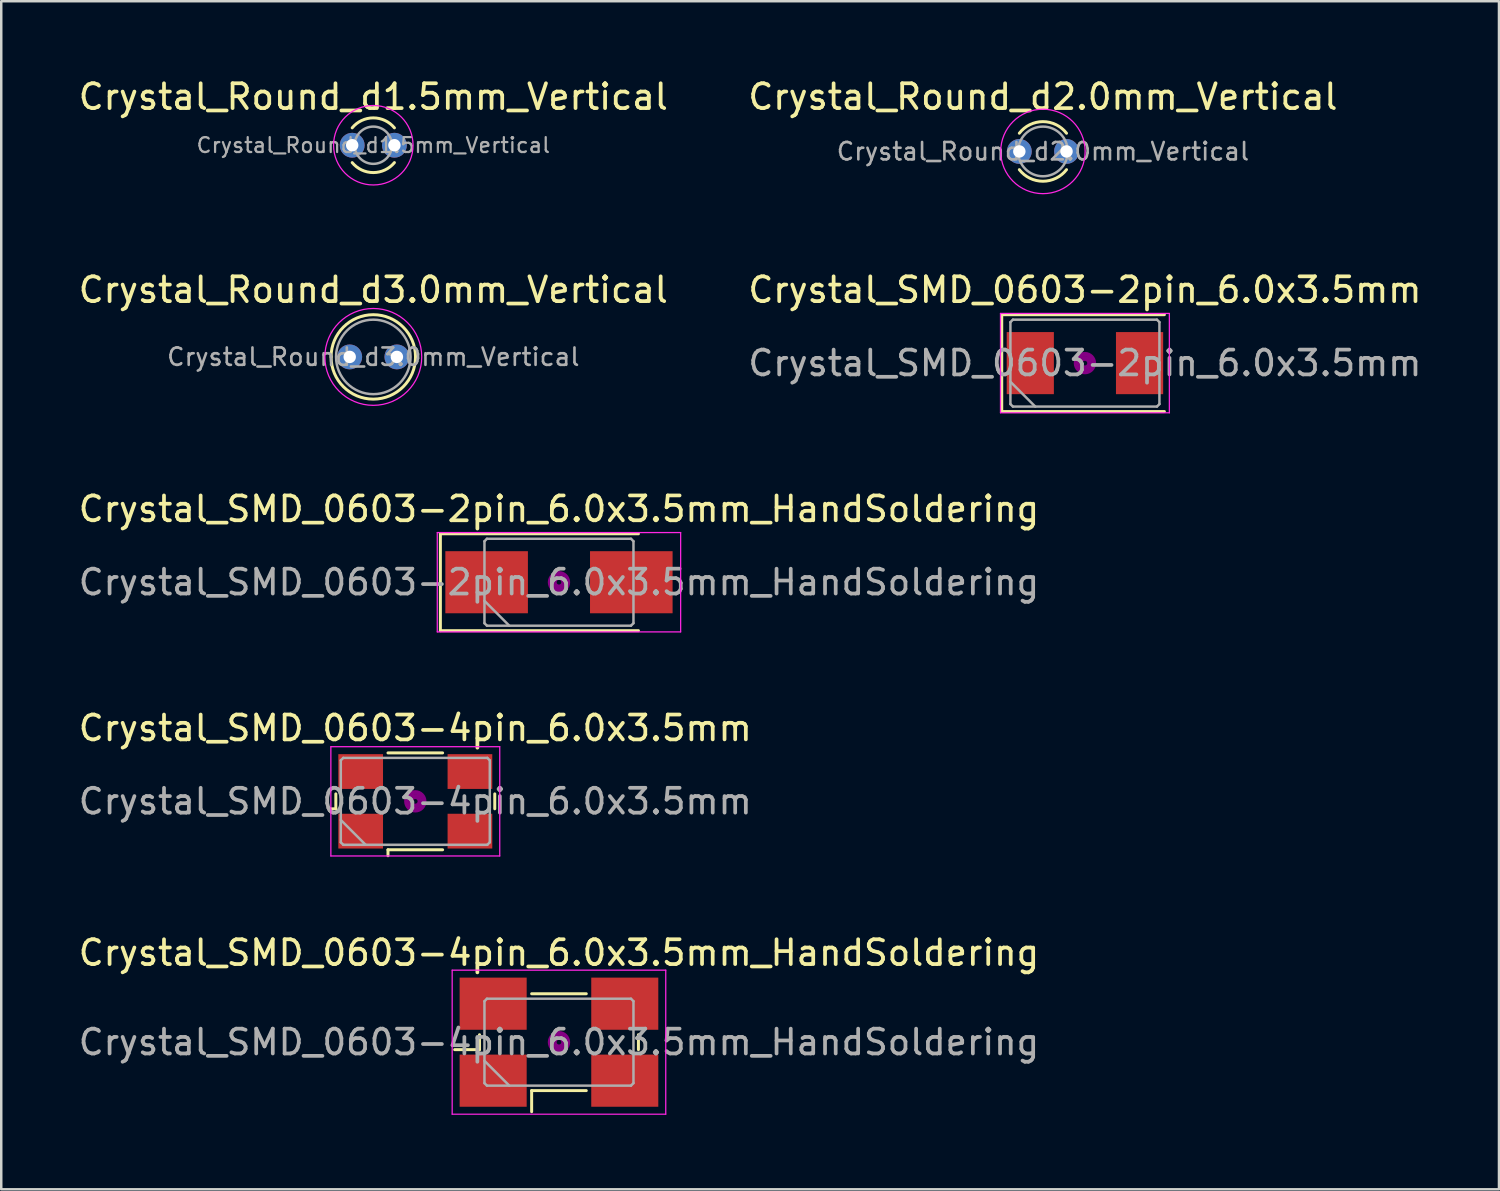
<source format=kicad_pcb>
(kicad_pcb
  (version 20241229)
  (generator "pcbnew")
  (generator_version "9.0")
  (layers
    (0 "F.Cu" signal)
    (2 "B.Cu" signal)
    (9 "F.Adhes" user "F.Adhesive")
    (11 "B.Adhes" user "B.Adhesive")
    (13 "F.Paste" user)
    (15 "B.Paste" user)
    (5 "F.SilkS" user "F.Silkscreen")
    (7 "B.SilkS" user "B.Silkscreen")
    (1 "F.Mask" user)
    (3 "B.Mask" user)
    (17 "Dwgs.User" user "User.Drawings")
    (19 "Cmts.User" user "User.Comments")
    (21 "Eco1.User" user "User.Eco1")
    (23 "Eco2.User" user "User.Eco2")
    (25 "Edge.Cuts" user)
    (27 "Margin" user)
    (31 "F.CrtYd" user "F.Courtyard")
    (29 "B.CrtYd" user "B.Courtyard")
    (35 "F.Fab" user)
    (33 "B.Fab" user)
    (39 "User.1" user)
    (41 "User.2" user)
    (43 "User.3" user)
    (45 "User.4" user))
  (footprint "Crystal_SMD_0603-2pin_6.0x3.5mm_HandSoldering"
    (layer "F.Cu")
    (at 19.458 20.395)
    (property "Reference" "Crystal_SMD_0603-2pin_6.0x3.5mm_HandSoldering" (at 0 -2.95 0) (layer "F.SilkS") (effects (font (size 1 1) (thickness 0.15))))
    (attr smd)
    (fp_line (start -4.775 -1.95) (end -4.775 1.95) (stroke (width 0.12) (type solid)) (layer "F.SilkS"))
    (fp_line (start -4.775 1.95) (end 3.2 1.95) (stroke (width 0.12) (type solid)) (layer "F.SilkS"))
    (fp_line (start 3.2 -1.95) (end -4.775 -1.95) (stroke (width 0.12) (type solid)) (layer "F.SilkS"))
    (fp_circle (center 0 0) (end 0.093 0) (stroke (width 0.187) (type solid)) (fill no) (layer "F.Adhes"))
    (fp_circle (center 0 0) (end 0.213 0) (stroke (width 0.133) (type solid)) (fill no) (layer "F.Adhes"))
    (fp_circle (center 0 0) (end 0.333 0) (stroke (width 0.133) (type solid)) (fill no) (layer "F.Adhes"))
    (fp_circle (center 0 0) (end 0.4 0) (stroke (width 0.1) (type solid)) (fill no) (layer "F.Adhes"))
    (fp_line (start -4.9 -2) (end -4.9 2) (stroke (width 0.05) (type solid)) (layer "F.CrtYd"))
    (fp_line (start -4.9 2) (end 4.9 2) (stroke (width 0.05) (type solid)) (layer "F.CrtYd"))
    (fp_line (start 4.9 -2) (end -4.9 -2) (stroke (width 0.05) (type solid)) (layer "F.CrtYd"))
    (fp_line (start 4.9 2) (end 4.9 -2) (stroke (width 0.05) (type solid)) (layer "F.CrtYd"))
    (fp_line (start -3 -1.65) (end -2.9 -1.75) (stroke (width 0.1) (type solid)) (layer "F.Fab"))
    (fp_line (start -3 0.75) (end -2 1.75) (stroke (width 0.1) (type solid)) (layer "F.Fab"))
    (fp_line (start -3 1.65) (end -3 -1.65) (stroke (width 0.1) (type solid)) (layer "F.Fab"))
    (fp_line (start -2.9 -1.75) (end 2.9 -1.75) (stroke (width 0.1) (type solid)) (layer "F.Fab"))
    (fp_line (start -2.9 1.75) (end -3 1.65) (stroke (width 0.1) (type solid)) (layer "F.Fab"))
    (fp_line (start 2.9 -1.75) (end 3 -1.65) (stroke (width 0.1) (type solid)) (layer "F.Fab"))
    (fp_line (start 2.9 1.75) (end -2.9 1.75) (stroke (width 0.1) (type solid)) (layer "F.Fab"))
    (fp_line (start 3 -1.65) (end 3 1.65) (stroke (width 0.1) (type solid)) (layer "F.Fab"))
    (fp_line (start 3 1.65) (end 2.9 1.75) (stroke (width 0.1) (type solid)) (layer "F.Fab"))
    (fp_text user "${REFERENCE}" (at 0 0 0) (layer "F.Fab") (effects (font (size 1 1) (thickness 0.15))))
    (pad "1" smd rect (at -2.913 0) (size 3.325 2.5) (layers "F.Cu" "F.Mask" "F.Paste"))
    (pad "2" smd rect (at 2.913 0) (size 3.325 2.5) (layers "F.Cu" "F.Mask" "F.Paste")))
  (footprint "Crystal_Round_d3.0mm_Vertical"
    (layer "F.Cu")
    (at 11.032 11.322)
    (property "Reference" "Crystal_Round_d3.0mm_Vertical" (at 0.95 -2.7 0) (layer "F.SilkS") (effects (font (size 1 1) (thickness 0.15))))
    (attr through_hole)
    (fp_arc (start -0.75 0) (mid 0.95 -1.7) (end 2.65 0) (stroke (width 0.12) (type solid)) (layer "F.SilkS"))
    (fp_arc (start 2.65 0) (mid 0.95 1.7) (end -0.75 0) (stroke (width 0.12) (type solid)) (layer "F.SilkS"))
    (fp_circle (center 0.95 0) (end 2.9 0) (stroke (width 0.05) (type solid)) (fill no) (layer "F.CrtYd"))
    (fp_circle (center 0.95 0) (end 2.45 0) (stroke (width 0.1) (type solid)) (fill no) (layer "F.Fab"))
    (fp_text user "${REFERENCE}" (at 0.95 0 0) (layer "F.Fab") (effects (font (size 0.7 0.7) (thickness 0.105))))
    (pad "1" thru_hole circle (at 0 0) (size 1 1) (drill 0.5) (layers "*.Cu" "*.Mask"))
    (pad "2" thru_hole circle (at 1.9 0) (size 1 1) (drill 0.5) (layers "*.Cu" "*.Mask")))
  (footprint "Crystal_SMD_0603-4pin_6.0x3.5mm_HandSoldering"
    (layer "F.Cu")
    (at 19.458 38.916)
    (property "Reference" "Crystal_SMD_0603-4pin_6.0x3.5mm_HandSoldering" (at 0 -3.6 0) (layer "F.SilkS") (effects (font (size 1 1) (thickness 0.15))))
    (attr smd)
    (fp_line (start -4.2 0.3) (end -3.2 0.3) (stroke (width 0.12) (type solid)) (layer "F.SilkS"))
    (fp_line (start -3.2 0.3) (end -3.2 -0.3) (stroke (width 0.12) (type solid)) (layer "F.SilkS"))
    (fp_line (start -1.1 -1.95) (end 1.1 -1.95) (stroke (width 0.12) (type solid)) (layer "F.SilkS"))
    (fp_line (start -1.1 1.95) (end -1.1 2.8) (stroke (width 0.12) (type solid)) (layer "F.SilkS"))
    (fp_line (start 1.1 1.95) (end -1.1 1.95) (stroke (width 0.12) (type solid)) (layer "F.SilkS"))
    (fp_line (start 3.2 -0.3) (end 3.2 0.3) (stroke (width 0.12) (type solid)) (layer "F.SilkS"))
    (fp_circle (center 0 0) (end 0.093 0) (stroke (width 0.187) (type solid)) (fill no) (layer "F.Adhes"))
    (fp_circle (center 0 0) (end 0.213 0) (stroke (width 0.133) (type solid)) (fill no) (layer "F.Adhes"))
    (fp_circle (center 0 0) (end 0.333 0) (stroke (width 0.133) (type solid)) (fill no) (layer "F.Adhes"))
    (fp_circle (center 0 0) (end 0.4 0) (stroke (width 0.1) (type solid)) (fill no) (layer "F.Adhes"))
    (fp_line (start -4.3 -2.9) (end -4.3 2.9) (stroke (width 0.05) (type solid)) (layer "F.CrtYd"))
    (fp_line (start -4.3 2.9) (end 4.3 2.9) (stroke (width 0.05) (type solid)) (layer "F.CrtYd"))
    (fp_line (start 4.3 -2.9) (end -4.3 -2.9) (stroke (width 0.05) (type solid)) (layer "F.CrtYd"))
    (fp_line (start 4.3 2.9) (end 4.3 -2.9) (stroke (width 0.05) (type solid)) (layer "F.CrtYd"))
    (fp_line (start -3 -1.65) (end -2.9 -1.75) (stroke (width 0.1) (type solid)) (layer "F.Fab"))
    (fp_line (start -3 0.75) (end -2 1.75) (stroke (width 0.1) (type solid)) (layer "F.Fab"))
    (fp_line (start -3 1.65) (end -3 -1.65) (stroke (width 0.1) (type solid)) (layer "F.Fab"))
    (fp_line (start -2.9 -1.75) (end 2.9 -1.75) (stroke (width 0.1) (type solid)) (layer "F.Fab"))
    (fp_line (start -2.9 1.75) (end -3 1.65) (stroke (width 0.1) (type solid)) (layer "F.Fab"))
    (fp_line (start 2.9 -1.75) (end 3 -1.65) (stroke (width 0.1) (type solid)) (layer "F.Fab"))
    (fp_line (start 2.9 1.75) (end -2.9 1.75) (stroke (width 0.1) (type solid)) (layer "F.Fab"))
    (fp_line (start 3 -1.65) (end 3 1.65) (stroke (width 0.1) (type solid)) (layer "F.Fab"))
    (fp_line (start 3 1.65) (end 2.9 1.75) (stroke (width 0.1) (type solid)) (layer "F.Fab"))
    (fp_text user "${REFERENCE}" (at 0 0 0) (layer "F.Fab") (effects (font (size 1 1) (thickness 0.15))))
    (pad "1" smd rect (at -2.65 1.55) (size 2.7 2.1) (layers "F.Cu" "F.Mask" "F.Paste"))
    (pad "2" smd rect (at 2.65 1.55) (size 2.7 2.1) (layers "F.Cu" "F.Mask" "F.Paste"))
    (pad "3" smd rect (at 2.65 -1.55) (size 2.7 2.1) (layers "F.Cu" "F.Mask" "F.Paste"))
    (pad "4" smd rect (at -2.65 -1.55) (size 2.7 2.1) (layers "F.Cu" "F.Mask" "F.Paste")))
  (footprint "Crystal_SMD_0603-2pin_6.0x3.5mm"
    (layer "F.Cu")
    (at 40.637 11.572)
    (property "Reference" "Crystal_SMD_0603-2pin_6.0x3.5mm" (at 0 -2.95 0) (layer "F.SilkS") (effects (font (size 1 1) (thickness 0.15))))
    (attr smd)
    (fp_line (start -3.35 -1.95) (end -3.35 1.95) (stroke (width 0.12) (type solid)) (layer "F.SilkS"))
    (fp_line (start -3.35 1.95) (end 3.2 1.95) (stroke (width 0.12) (type solid)) (layer "F.SilkS"))
    (fp_line (start 3.2 -1.95) (end -3.35 -1.95) (stroke (width 0.12) (type solid)) (layer "F.SilkS"))
    (fp_circle (center 0 0) (end 0.093 0) (stroke (width 0.187) (type solid)) (fill no) (layer "F.Adhes"))
    (fp_circle (center 0 0) (end 0.213 0) (stroke (width 0.133) (type solid)) (fill no) (layer "F.Adhes"))
    (fp_circle (center 0 0) (end 0.333 0) (stroke (width 0.133) (type solid)) (fill no) (layer "F.Adhes"))
    (fp_circle (center 0 0) (end 0.4 0) (stroke (width 0.1) (type solid)) (fill no) (layer "F.Adhes"))
    (fp_line (start -3.4 -2) (end -3.4 2) (stroke (width 0.05) (type solid)) (layer "F.CrtYd"))
    (fp_line (start -3.4 2) (end 3.4 2) (stroke (width 0.05) (type solid)) (layer "F.CrtYd"))
    (fp_line (start 3.4 -2) (end -3.4 -2) (stroke (width 0.05) (type solid)) (layer "F.CrtYd"))
    (fp_line (start 3.4 2) (end 3.4 -2) (stroke (width 0.05) (type solid)) (layer "F.CrtYd"))
    (fp_line (start -3 -1.65) (end -2.9 -1.75) (stroke (width 0.1) (type solid)) (layer "F.Fab"))
    (fp_line (start -3 0.75) (end -2 1.75) (stroke (width 0.1) (type solid)) (layer "F.Fab"))
    (fp_line (start -3 1.65) (end -3 -1.65) (stroke (width 0.1) (type solid)) (layer "F.Fab"))
    (fp_line (start -2.9 -1.75) (end 2.9 -1.75) (stroke (width 0.1) (type solid)) (layer "F.Fab"))
    (fp_line (start -2.9 1.75) (end -3 1.65) (stroke (width 0.1) (type solid)) (layer "F.Fab"))
    (fp_line (start 2.9 -1.75) (end 3 -1.65) (stroke (width 0.1) (type solid)) (layer "F.Fab"))
    (fp_line (start 2.9 1.75) (end -2.9 1.75) (stroke (width 0.1) (type solid)) (layer "F.Fab"))
    (fp_line (start 3 -1.65) (end 3 1.65) (stroke (width 0.1) (type solid)) (layer "F.Fab"))
    (fp_line (start 3 1.65) (end 2.9 1.75) (stroke (width 0.1) (type solid)) (layer "F.Fab"))
    (fp_text user "${REFERENCE}" (at 0 0 0) (layer "F.Fab") (effects (font (size 1 1) (thickness 0.15))))
    (pad "1" smd rect (at -2.2 0) (size 1.9 2.5) (layers "F.Cu" "F.Mask" "F.Paste"))
    (pad "2" smd rect (at 2.2 0) (size 1.9 2.5) (layers "F.Cu" "F.Mask" "F.Paste")))
  (footprint "Crystal_Round_d1.5mm_Vertical"
    (layer "F.Cu")
    (at 11.132 2.798)
    (property "Reference" "Crystal_Round_d1.5mm_Vertical" (at 0.85 -1.95 0) (layer "F.SilkS") (effects (font (size 1 1) (thickness 0.15))))
    (attr through_hole)
    (fp_arc (start 0 -0.7) (mid 0.850432 -1.101136) (end 1.700549 -0.699333) (stroke (width 0.12) (type solid)) (layer "F.SilkS"))
    (fp_arc (start 1.700549 0.699333) (mid 0.850432 1.101136) (end 0 0.7) (stroke (width 0.12) (type solid)) (layer "F.SilkS"))
    (fp_circle (center 0.85 0) (end 2.45 0) (stroke (width 0.05) (type solid)) (fill no) (layer "F.CrtYd"))
    (fp_circle (center 0.85 0) (end 1.6 0) (stroke (width 0.1) (type solid)) (fill no) (layer "F.Fab"))
    (fp_text user "${REFERENCE}" (at 0.85 0 0) (layer "F.Fab") (effects (font (size 0.6 0.6) (thickness 0.09))))
    (pad "1" thru_hole circle (at 0 0) (size 1 1) (drill 0.5) (layers "*.Cu" "*.Mask"))
    (pad "2" thru_hole circle (at 1.7 0) (size 1 1) (drill 0.5) (layers "*.Cu" "*.Mask")))
  (footprint "Crystal_Round_d2.0mm_Vertical"
    (layer "F.Cu")
    (at 37.996 3.048)
    (property "Reference" "Crystal_Round_d2.0mm_Vertical" (at 0.95 -2.2 0) (layer "F.SilkS") (effects (font (size 1 1) (thickness 0.15))))
    (attr through_hole)
    (fp_arc (start 0 -0.733144) (mid 0.950178 -1.2) (end 1.900217 -0.732863) (stroke (width 0.12) (type solid)) (layer "F.SilkS"))
    (fp_arc (start 1.900217 0.732863) (mid 0.950178 1.2) (end 0 0.733144) (stroke (width 0.12) (type solid)) (layer "F.SilkS"))
    (fp_circle (center 0.95 0) (end 2.65 0) (stroke (width 0.05) (type solid)) (fill no) (layer "F.CrtYd"))
    (fp_circle (center 0.95 0) (end 1.95 0) (stroke (width 0.1) (type solid)) (fill no) (layer "F.Fab"))
    (fp_text user "${REFERENCE}" (at 0.95 0 0) (layer "F.Fab") (effects (font (size 0.7 0.7) (thickness 0.105))))
    (pad "1" thru_hole circle (at 0 0) (size 1 1) (drill 0.5) (layers "*.Cu" "*.Mask"))
    (pad "2" thru_hole circle (at 1.9 0) (size 1 1) (drill 0.5) (layers "*.Cu" "*.Mask")))
  (footprint "Crystal_SMD_0603-4pin_6.0x3.5mm"
    (layer "F.Cu")
    (at 13.673 29.218)
    (property "Reference" "Crystal_SMD_0603-4pin_6.0x3.5mm" (at 0 -2.95 0) (layer "F.SilkS") (effects (font (size 1 1) (thickness 0.15))))
    (attr smd)
    (fp_line (start -3.44 0.3) (end -3.2 0.3) (stroke (width 0.12) (type solid)) (layer "F.SilkS"))
    (fp_line (start -3.2 0.3) (end -3.2 -0.3) (stroke (width 0.12) (type solid)) (layer "F.SilkS"))
    (fp_line (start -1.1 -1.95) (end 1.1 -1.95) (stroke (width 0.12) (type solid)) (layer "F.SilkS"))
    (fp_line (start -1.1 1.95) (end -1.1 2.19) (stroke (width 0.12) (type solid)) (layer "F.SilkS"))
    (fp_line (start 1.1 1.95) (end -1.1 1.95) (stroke (width 0.12) (type solid)) (layer "F.SilkS"))
    (fp_line (start 3.2 -0.3) (end 3.2 0.3) (stroke (width 0.12) (type solid)) (layer "F.SilkS"))
    (fp_circle (center 0 0) (end 0.093 0) (stroke (width 0.187) (type solid)) (fill no) (layer "F.Adhes"))
    (fp_circle (center 0 0) (end 0.213 0) (stroke (width 0.133) (type solid)) (fill no) (layer "F.Adhes"))
    (fp_circle (center 0 0) (end 0.333 0) (stroke (width 0.133) (type solid)) (fill no) (layer "F.Adhes"))
    (fp_circle (center 0 0) (end 0.4 0) (stroke (width 0.1) (type solid)) (fill no) (layer "F.Adhes"))
    (fp_line (start -3.4 -2.2) (end -3.4 2.2) (stroke (width 0.05) (type solid)) (layer "F.CrtYd"))
    (fp_line (start -3.4 2.2) (end 3.4 2.2) (stroke (width 0.05) (type solid)) (layer "F.CrtYd"))
    (fp_line (start 3.4 -2.2) (end -3.4 -2.2) (stroke (width 0.05) (type solid)) (layer "F.CrtYd"))
    (fp_line (start 3.4 2.2) (end 3.4 -2.2) (stroke (width 0.05) (type solid)) (layer "F.CrtYd"))
    (fp_line (start -3 -1.65) (end -2.9 -1.75) (stroke (width 0.1) (type solid)) (layer "F.Fab"))
    (fp_line (start -3 0.75) (end -2 1.75) (stroke (width 0.1) (type solid)) (layer "F.Fab"))
    (fp_line (start -3 1.65) (end -3 -1.65) (stroke (width 0.1) (type solid)) (layer "F.Fab"))
    (fp_line (start -2.9 -1.75) (end 2.9 -1.75) (stroke (width 0.1) (type solid)) (layer "F.Fab"))
    (fp_line (start -2.9 1.75) (end -3 1.65) (stroke (width 0.1) (type solid)) (layer "F.Fab"))
    (fp_line (start 2.9 -1.75) (end 3 -1.65) (stroke (width 0.1) (type solid)) (layer "F.Fab"))
    (fp_line (start 2.9 1.75) (end -2.9 1.75) (stroke (width 0.1) (type solid)) (layer "F.Fab"))
    (fp_line (start 3 -1.65) (end 3 1.65) (stroke (width 0.1) (type solid)) (layer "F.Fab"))
    (fp_line (start 3 1.65) (end 2.9 1.75) (stroke (width 0.1) (type solid)) (layer "F.Fab"))
    (fp_text user "${REFERENCE}" (at 0 0 0) (layer "F.Fab") (effects (font (size 1 1) (thickness 0.15))))
    (pad "1" smd rect (at -2.2 1.2) (size 1.8 1.4) (layers "F.Cu" "F.Mask" "F.Paste"))
    (pad "2" smd rect (at 2.2 1.2) (size 1.8 1.4) (layers "F.Cu" "F.Mask" "F.Paste"))
    (pad "3" smd rect (at 2.2 -1.2) (size 1.8 1.4) (layers "F.Cu" "F.Mask" "F.Paste"))
    (pad "4" smd rect (at -2.2 -1.2) (size 1.8 1.4) (layers "F.Cu" "F.Mask" "F.Paste")))
  (gr_rect
    (start -3 -3)
    (end 57.31 44.841)
    (stroke (width 0.1) (type default))
    (fill no)
    (layer "Edge.Cuts")))
</source>
